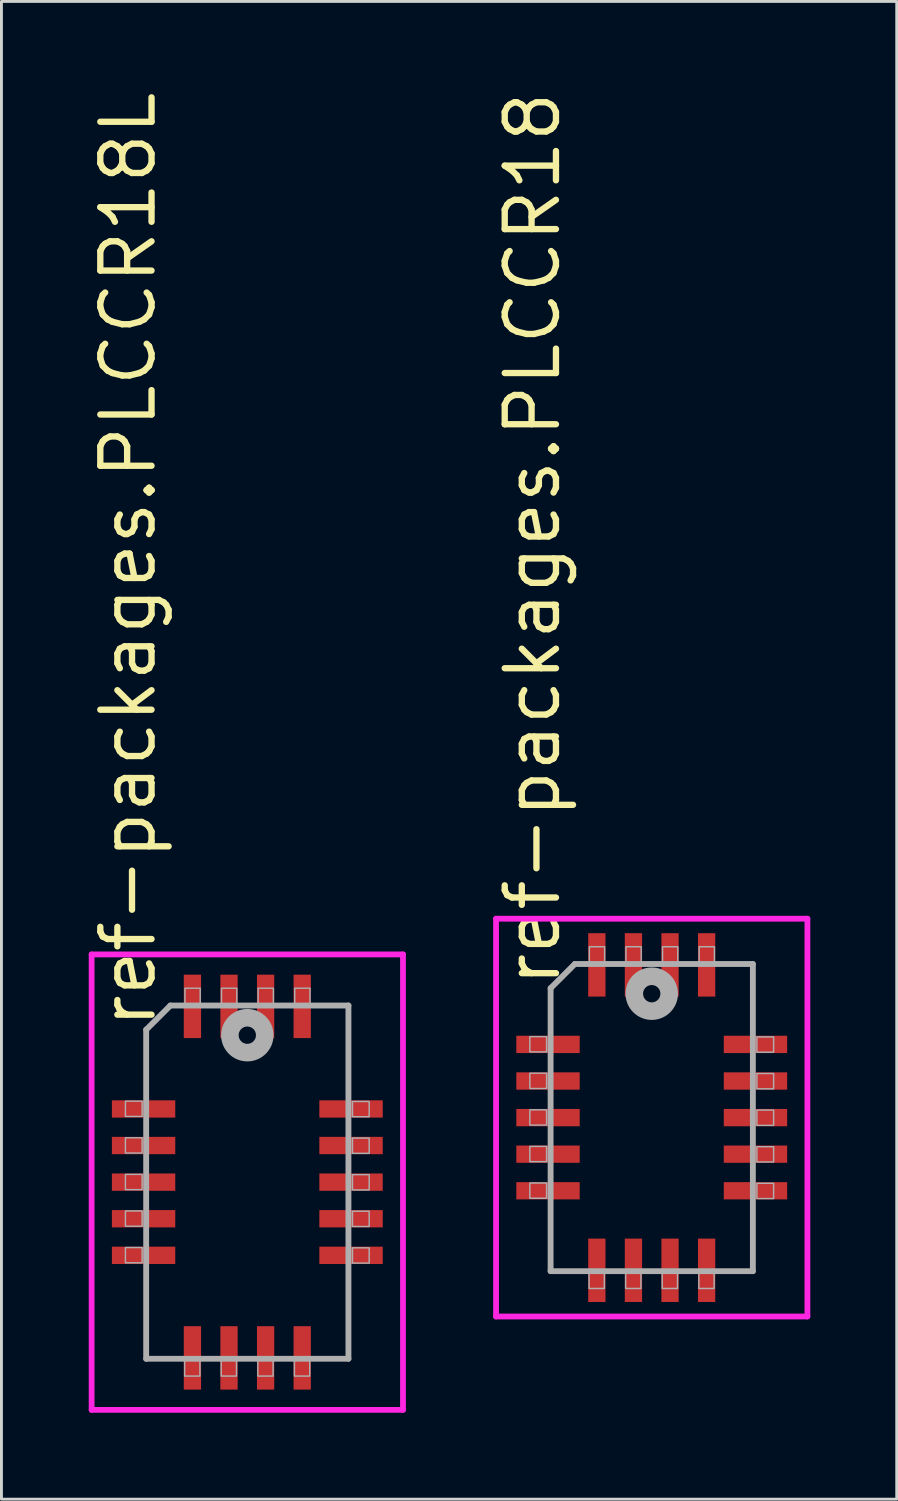
<source format=kicad_pcb>
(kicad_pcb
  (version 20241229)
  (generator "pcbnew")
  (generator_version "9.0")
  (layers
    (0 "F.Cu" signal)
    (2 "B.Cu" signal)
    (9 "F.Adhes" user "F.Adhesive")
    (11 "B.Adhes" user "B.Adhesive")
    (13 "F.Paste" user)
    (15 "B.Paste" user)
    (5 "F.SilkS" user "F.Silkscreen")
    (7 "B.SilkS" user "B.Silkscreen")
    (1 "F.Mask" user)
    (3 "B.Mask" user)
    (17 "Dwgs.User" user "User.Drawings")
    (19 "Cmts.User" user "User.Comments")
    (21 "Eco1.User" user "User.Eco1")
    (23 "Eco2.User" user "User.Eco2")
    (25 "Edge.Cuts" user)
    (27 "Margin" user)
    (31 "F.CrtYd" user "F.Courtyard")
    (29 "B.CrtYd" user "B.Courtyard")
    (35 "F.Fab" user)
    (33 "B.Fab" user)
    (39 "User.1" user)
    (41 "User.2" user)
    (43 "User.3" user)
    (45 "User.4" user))
  (footprint "ref-packages.PLCCR18"
    (layer "F.Cu")
    (at 19.569 35.737)
    (property "Reference" "ref-packages.PLCCR18" (at -3.095 -4.445 270) (layer "F.SilkS") (effects (font (size 1.778 1.778) (thickness 0.22)) (justify left bottom)))
    (attr smd)
    (fp_line (start -5.403 -6.903) (end 5.403 -6.903) (stroke (width 0.2) (type default)) (layer "F.CrtYd"))
    (fp_line (start -5.403 6.903) (end -5.403 -6.903) (stroke (width 0.2) (type default)) (layer "F.CrtYd"))
    (fp_line (start 5.403 -6.903) (end 5.403 6.903) (stroke (width 0.2) (type default)) (layer "F.CrtYd"))
    (fp_line (start 5.403 6.903) (end -5.403 6.903) (stroke (width 0.2) (type default)) (layer "F.CrtYd"))
    (fp_line (start -3.51 -4.49) (end -3.51 5.33) (stroke (width 0.203) (type default)) (layer "F.Fab"))
    (fp_line (start -3.51 5.33) (end 3.51 5.33) (stroke (width 0.203) (type default)) (layer "F.Fab"))
    (fp_line (start -2.67 -5.33) (end -3.51 -4.49) (stroke (width 0.203) (type default)) (layer "F.Fab"))
    (fp_line (start 3.51 -5.33) (end -2.67 -5.33) (stroke (width 0.203) (type default)) (layer "F.Fab"))
    (fp_line (start 3.51 5.33) (end 3.51 -5.33) (stroke (width 0.203) (type default)) (layer "F.Fab"))
    (fp_rect (start -4.23 -2.28) (end -3.65 -2.81) (stroke (width 0.05) (type default)) (fill no) (layer "F.Fab"))
    (fp_rect (start -4.23 -1.01) (end -3.65 -1.54) (stroke (width 0.05) (type default)) (fill no) (layer "F.Fab"))
    (fp_rect (start -4.23 0.26) (end -3.65 -0.27) (stroke (width 0.05) (type default)) (fill no) (layer "F.Fab"))
    (fp_rect (start -4.23 1.53) (end -3.65 1) (stroke (width 0.05) (type default)) (fill no) (layer "F.Fab"))
    (fp_rect (start -4.23 2.8) (end -3.65 2.27) (stroke (width 0.05) (type default)) (fill no) (layer "F.Fab"))
    (fp_rect (start -2.175 5.93) (end -1.645 5.35) (stroke (width 0.05) (type default)) (fill no) (layer "F.Fab"))
    (fp_rect (start -2.165 -5.35) (end -1.635 -5.93) (stroke (width 0.05) (type default)) (fill no) (layer "F.Fab"))
    (fp_rect (start -0.905 5.93) (end -0.375 5.35) (stroke (width 0.05) (type default)) (fill no) (layer "F.Fab"))
    (fp_rect (start -0.895 -5.35) (end -0.365 -5.93) (stroke (width 0.05) (type default)) (fill no) (layer "F.Fab"))
    (fp_rect (start 0.365 5.93) (end 0.895 5.35) (stroke (width 0.05) (type default)) (fill no) (layer "F.Fab"))
    (fp_rect (start 0.375 -5.35) (end 0.905 -5.93) (stroke (width 0.05) (type default)) (fill no) (layer "F.Fab"))
    (fp_rect (start 1.635 5.93) (end 2.165 5.35) (stroke (width 0.05) (type default)) (fill no) (layer "F.Fab"))
    (fp_rect (start 1.645 -5.35) (end 2.175 -5.93) (stroke (width 0.05) (type default)) (fill no) (layer "F.Fab"))
    (fp_rect (start 3.65 -2.27) (end 4.23 -2.8) (stroke (width 0.05) (type default)) (fill no) (layer "F.Fab"))
    (fp_rect (start 3.65 -1) (end 4.23 -1.53) (stroke (width 0.05) (type default)) (fill no) (layer "F.Fab"))
    (fp_rect (start 3.65 0.27) (end 4.23 -0.26) (stroke (width 0.05) (type default)) (fill no) (layer "F.Fab"))
    (fp_rect (start 3.65 1.54) (end 4.23 1.01) (stroke (width 0.05) (type default)) (fill no) (layer "F.Fab"))
    (fp_rect (start 3.65 2.81) (end 4.23 2.28) (stroke (width 0.05) (type default)) (fill no) (layer "F.Fab"))
    (fp_circle (center 0 -4.3) (end 0.3 -4.3) (stroke (width 0.61) (type default)) (fill no) (layer "F.Fab"))
    (pad "1" smd roundrect (at -0.635 -5.3) (size 0.6 2.2) (layers "F.Cu" "F.Mask" "F.Paste") (roundrect_rratio 0.01))
    (pad "2" smd roundrect (at -1.905 -5.3) (size 0.6 2.2) (layers "F.Cu" "F.Mask" "F.Paste") (roundrect_rratio 0.01))
    (pad "3" smd roundrect (at -3.6 -2.54) (size 2.2 0.6) (layers "F.Cu" "F.Mask" "F.Paste") (roundrect_rratio 0.01))
    (pad "4" smd roundrect (at -3.6 -1.27) (size 2.2 0.6) (layers "F.Cu" "F.Mask" "F.Paste") (roundrect_rratio 0.01))
    (pad "5" smd roundrect (at -3.6 0) (size 2.2 0.6) (layers "F.Cu" "F.Mask" "F.Paste") (roundrect_rratio 0.01))
    (pad "6" smd roundrect (at -3.6 1.27) (size 2.2 0.6) (layers "F.Cu" "F.Mask" "F.Paste") (roundrect_rratio 0.01))
    (pad "7" smd roundrect (at -3.6 2.54) (size 2.2 0.6) (layers "F.Cu" "F.Mask" "F.Paste") (roundrect_rratio 0.01))
    (pad "8" smd roundrect (at -1.905 5.3) (size 0.6 2.2) (layers "F.Cu" "F.Mask" "F.Paste") (roundrect_rratio 0.01))
    (pad "9" smd roundrect (at -0.635 5.3) (size 0.6 2.2) (layers "F.Cu" "F.Mask" "F.Paste") (roundrect_rratio 0.01))
    (pad "10" smd roundrect (at 0.635 5.3) (size 0.6 2.2) (layers "F.Cu" "F.Mask" "F.Paste") (roundrect_rratio 0.01))
    (pad "11" smd roundrect (at 1.905 5.3) (size 0.6 2.2) (layers "F.Cu" "F.Mask" "F.Paste") (roundrect_rratio 0.01))
    (pad "12" smd roundrect (at 3.6 2.54) (size 2.2 0.6) (layers "F.Cu" "F.Mask" "F.Paste") (roundrect_rratio 0.01))
    (pad "13" smd roundrect (at 3.6 1.27) (size 2.2 0.6) (layers "F.Cu" "F.Mask" "F.Paste") (roundrect_rratio 0.01))
    (pad "14" smd roundrect (at 3.6 0) (size 2.2 0.6) (layers "F.Cu" "F.Mask" "F.Paste") (roundrect_rratio 0.01))
    (pad "15" smd roundrect (at 3.6 -1.27) (size 2.2 0.6) (layers "F.Cu" "F.Mask" "F.Paste") (roundrect_rratio 0.01))
    (pad "16" smd roundrect (at 3.6 -2.54) (size 2.2 0.6) (layers "F.Cu" "F.Mask" "F.Paste") (roundrect_rratio 0.01))
    (pad "17" smd roundrect (at 1.905 -5.3) (size 0.6 2.2) (layers "F.Cu" "F.Mask" "F.Paste") (roundrect_rratio 0.01))
    (pad "18" smd roundrect (at 0.635 -5.3) (size 0.6 2.2) (layers "F.Cu" "F.Mask" "F.Paste") (roundrect_rratio 0.01)))
  (footprint "ref-packages.PLCCR18L"
    (layer "F.Cu")
    (at 5.533 37.977)
    (property "Reference" "ref-packages.PLCCR18L" (at -3.095 -5.245 270) (layer "F.SilkS") (effects (font (size 1.778 1.778) (thickness 0.22)) (justify left bottom)))
    (attr smd)
    (fp_line (start -5.403 -7.903) (end 5.403 -7.903) (stroke (width 0.2) (type default)) (layer "F.CrtYd"))
    (fp_line (start -5.403 7.903) (end -5.403 -7.903) (stroke (width 0.2) (type default)) (layer "F.CrtYd"))
    (fp_line (start 5.403 -7.903) (end 5.403 7.903) (stroke (width 0.2) (type default)) (layer "F.CrtYd"))
    (fp_line (start 5.403 7.903) (end -5.403 7.903) (stroke (width 0.2) (type default)) (layer "F.CrtYd"))
    (fp_line (start -3.51 -5.29) (end -3.51 6.13) (stroke (width 0.203) (type default)) (layer "F.Fab"))
    (fp_line (start -3.51 6.13) (end 3.51 6.13) (stroke (width 0.203) (type default)) (layer "F.Fab"))
    (fp_line (start -2.67 -6.13) (end -3.51 -5.29) (stroke (width 0.203) (type default)) (layer "F.Fab"))
    (fp_line (start 3.51 -6.13) (end -2.67 -6.13) (stroke (width 0.203) (type default)) (layer "F.Fab"))
    (fp_line (start 3.51 6.13) (end 3.51 -6.13) (stroke (width 0.203) (type default)) (layer "F.Fab"))
    (fp_rect (start -4.23 -2.28) (end -3.65 -2.81) (stroke (width 0.05) (type default)) (fill no) (layer "F.Fab"))
    (fp_rect (start -4.23 -1.01) (end -3.65 -1.54) (stroke (width 0.05) (type default)) (fill no) (layer "F.Fab"))
    (fp_rect (start -4.23 0.26) (end -3.65 -0.27) (stroke (width 0.05) (type default)) (fill no) (layer "F.Fab"))
    (fp_rect (start -4.23 1.53) (end -3.65 1) (stroke (width 0.05) (type default)) (fill no) (layer "F.Fab"))
    (fp_rect (start -4.23 2.8) (end -3.65 2.27) (stroke (width 0.05) (type default)) (fill no) (layer "F.Fab"))
    (fp_rect (start -2.175 6.73) (end -1.645 6.15) (stroke (width 0.05) (type default)) (fill no) (layer "F.Fab"))
    (fp_rect (start -2.165 -6.15) (end -1.635 -6.73) (stroke (width 0.05) (type default)) (fill no) (layer "F.Fab"))
    (fp_rect (start -0.905 6.73) (end -0.375 6.15) (stroke (width 0.05) (type default)) (fill no) (layer "F.Fab"))
    (fp_rect (start -0.895 -6.15) (end -0.365 -6.73) (stroke (width 0.05) (type default)) (fill no) (layer "F.Fab"))
    (fp_rect (start 0.365 6.73) (end 0.895 6.15) (stroke (width 0.05) (type default)) (fill no) (layer "F.Fab"))
    (fp_rect (start 0.375 -6.15) (end 0.905 -6.73) (stroke (width 0.05) (type default)) (fill no) (layer "F.Fab"))
    (fp_rect (start 1.635 6.73) (end 2.165 6.15) (stroke (width 0.05) (type default)) (fill no) (layer "F.Fab"))
    (fp_rect (start 1.645 -6.15) (end 2.175 -6.73) (stroke (width 0.05) (type default)) (fill no) (layer "F.Fab"))
    (fp_rect (start 3.65 -2.27) (end 4.23 -2.8) (stroke (width 0.05) (type default)) (fill no) (layer "F.Fab"))
    (fp_rect (start 3.65 -1) (end 4.23 -1.53) (stroke (width 0.05) (type default)) (fill no) (layer "F.Fab"))
    (fp_rect (start 3.65 0.27) (end 4.23 -0.26) (stroke (width 0.05) (type default)) (fill no) (layer "F.Fab"))
    (fp_rect (start 3.65 1.54) (end 4.23 1.01) (stroke (width 0.05) (type default)) (fill no) (layer "F.Fab"))
    (fp_rect (start 3.65 2.81) (end 4.23 2.28) (stroke (width 0.05) (type default)) (fill no) (layer "F.Fab"))
    (fp_circle (center 0 -5.1) (end 0.3 -5.1) (stroke (width 0.61) (type default)) (fill no) (layer "F.Fab"))
    (pad "1" smd roundrect (at -0.635 -6.1) (size 0.6 2.2) (layers "F.Cu" "F.Mask" "F.Paste") (roundrect_rratio 0.01))
    (pad "2" smd roundrect (at -1.905 -6.1) (size 0.6 2.2) (layers "F.Cu" "F.Mask" "F.Paste") (roundrect_rratio 0.01))
    (pad "3" smd roundrect (at -3.6 -2.54) (size 2.2 0.6) (layers "F.Cu" "F.Mask" "F.Paste") (roundrect_rratio 0.01))
    (pad "4" smd roundrect (at -3.6 -1.27) (size 2.2 0.6) (layers "F.Cu" "F.Mask" "F.Paste") (roundrect_rratio 0.01))
    (pad "5" smd roundrect (at -3.6 0) (size 2.2 0.6) (layers "F.Cu" "F.Mask" "F.Paste") (roundrect_rratio 0.01))
    (pad "6" smd roundrect (at -3.6 1.27) (size 2.2 0.6) (layers "F.Cu" "F.Mask" "F.Paste") (roundrect_rratio 0.01))
    (pad "7" smd roundrect (at -3.6 2.54) (size 2.2 0.6) (layers "F.Cu" "F.Mask" "F.Paste") (roundrect_rratio 0.01))
    (pad "8" smd roundrect (at -1.905 6.1) (size 0.6 2.2) (layers "F.Cu" "F.Mask" "F.Paste") (roundrect_rratio 0.01))
    (pad "9" smd roundrect (at -0.635 6.1) (size 0.6 2.2) (layers "F.Cu" "F.Mask" "F.Paste") (roundrect_rratio 0.01))
    (pad "10" smd roundrect (at 0.635 6.1) (size 0.6 2.2) (layers "F.Cu" "F.Mask" "F.Paste") (roundrect_rratio 0.01))
    (pad "11" smd roundrect (at 1.905 6.1) (size 0.6 2.2) (layers "F.Cu" "F.Mask" "F.Paste") (roundrect_rratio 0.01))
    (pad "12" smd roundrect (at 3.6 2.54) (size 2.2 0.6) (layers "F.Cu" "F.Mask" "F.Paste") (roundrect_rratio 0.01))
    (pad "13" smd roundrect (at 3.6 1.27) (size 2.2 0.6) (layers "F.Cu" "F.Mask" "F.Paste") (roundrect_rratio 0.01))
    (pad "14" smd roundrect (at 3.6 0) (size 2.2 0.6) (layers "F.Cu" "F.Mask" "F.Paste") (roundrect_rratio 0.01))
    (pad "15" smd roundrect (at 3.6 -1.27) (size 2.2 0.6) (layers "F.Cu" "F.Mask" "F.Paste") (roundrect_rratio 0.01))
    (pad "16" smd roundrect (at 3.6 -2.54) (size 2.2 0.6) (layers "F.Cu" "F.Mask" "F.Paste") (roundrect_rratio 0.01))
    (pad "17" smd roundrect (at 1.905 -6.1) (size 0.6 2.2) (layers "F.Cu" "F.Mask" "F.Paste") (roundrect_rratio 0.01))
    (pad "18" smd roundrect (at 0.635 -6.1) (size 0.6 2.2) (layers "F.Cu" "F.Mask" "F.Paste") (roundrect_rratio 0.01)))
  (gr_rect
    (start -3 -3)
    (end 28.072 48.98)
    (stroke (width 0.1) (type default))
    (fill no)
    (layer "Edge.Cuts")))
</source>
